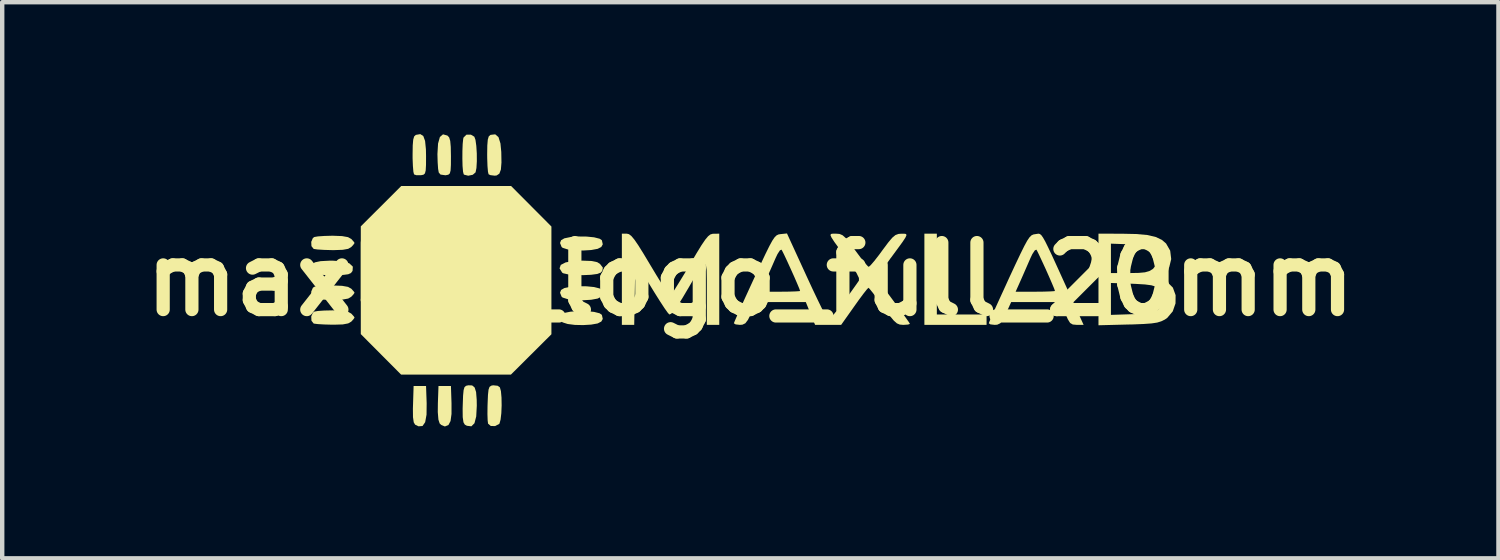
<source format=kicad_pcb>
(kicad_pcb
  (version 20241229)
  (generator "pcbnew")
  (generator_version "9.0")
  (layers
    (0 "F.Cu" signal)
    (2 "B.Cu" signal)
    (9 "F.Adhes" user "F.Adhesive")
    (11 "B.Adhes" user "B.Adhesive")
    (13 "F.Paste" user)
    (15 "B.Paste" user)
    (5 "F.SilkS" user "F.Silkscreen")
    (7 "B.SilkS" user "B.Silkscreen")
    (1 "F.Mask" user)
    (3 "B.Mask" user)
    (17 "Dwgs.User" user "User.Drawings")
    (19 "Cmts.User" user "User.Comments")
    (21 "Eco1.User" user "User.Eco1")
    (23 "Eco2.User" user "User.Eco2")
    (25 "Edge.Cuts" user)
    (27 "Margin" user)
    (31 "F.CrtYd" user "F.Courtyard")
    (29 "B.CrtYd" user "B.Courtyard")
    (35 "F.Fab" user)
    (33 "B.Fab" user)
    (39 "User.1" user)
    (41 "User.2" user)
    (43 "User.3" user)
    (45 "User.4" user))
  (footprint "maxlab_logo_full_20mm"
    (layer "F.Cu")
    (at 14.014 3.301)
    (property "Reference" "maxlab_logo_full_20mm" (at 0 0 0) (layer "F.SilkS") (effects (font (size 1.524 1.524) (thickness 0.3))))
    (attr board_only exclude_from_pos_files exclude_from_bom)
    (fp_poly (pts (xy 4.241 0.801) (xy 5.372 0.801) (xy 5.372 1.037) (xy 3.958 1.037) (xy 3.958 -1.037) (xy 4.241 -1.037)) (stroke (width 0) (type solid)) (fill yes) (layer "F.SilkS"))
    (fp_poly (pts (xy -4.524 -1.2) (xy -4.524 1.251) (xy -5.445 2.168) (xy -7.942 2.168) (xy -8.401 1.707) (xy -8.859 1.247) (xy -8.859 -1.203) (xy -7.939 -2.121) (xy -5.441 -2.121)) (stroke (width 0) (type solid)) (fill yes) (layer "F.SilkS"))
    (fp_poly (pts (xy -7.361 2.82) (xy -7.364 3.079) (xy -7.395 3.25) (xy -7.455 3.337) (xy -7.547 3.344) (xy -7.624 3.306) (xy -7.655 3.253) (xy -7.672 3.136) (xy -7.674 2.943) (xy -7.671 2.847) (xy -7.658 2.427) (xy -7.375 2.427)) (stroke (width 0) (type solid)) (fill yes) (layer "F.SilkS"))
    (fp_poly (pts (xy -6.796 2.82) (xy -6.796 3.063) (xy -6.818 3.224) (xy -6.866 3.315) (xy -6.943 3.346) (xy -6.951 3.346) (xy -7.029 3.313) (xy -7.065 3.28) (xy -7.094 3.191) (xy -7.108 3.021) (xy -7.106 2.82) (xy -7.092 2.427) (xy -6.809 2.427)) (stroke (width 0) (type solid)) (fill yes) (layer "F.SilkS"))
    (fp_poly (pts (xy -3.724 -0.971) (xy -3.553 -0.954) (xy -3.427 -0.922) (xy -3.377 -0.888) (xy -3.356 -0.795) (xy -3.39 -0.734) (xy -3.473 -0.692) (xy -3.62 -0.665) (xy -3.802 -0.654) (xy -3.99 -0.659) (xy -4.155 -0.679) (xy -4.268 -0.715) (xy -4.292 -0.734) (xy -4.328 -0.825) (xy -4.304 -0.888) (xy -4.23 -0.931) (xy -4.09 -0.96) (xy -3.912 -0.973)) (stroke (width 0) (type solid)) (fill yes) (layer "F.SilkS"))
    (fp_poly (pts (xy -3.724 0.16) (xy -3.553 0.177) (xy -3.427 0.209) (xy -3.377 0.243) (xy -3.356 0.336) (xy -3.39 0.397) (xy -3.473 0.439) (xy -3.62 0.466) (xy -3.802 0.477) (xy -3.99 0.472) (xy -4.155 0.452) (xy -4.268 0.416) (xy -4.292 0.397) (xy -4.328 0.306) (xy -4.304 0.243) (xy -4.23 0.2) (xy -4.09 0.171) (xy -3.912 0.158)) (stroke (width 0) (type solid)) (fill yes) (layer "F.SilkS"))
    (fp_poly (pts (xy -3.724 0.725) (xy -3.553 0.742) (xy -3.427 0.774) (xy -3.377 0.809) (xy -3.356 0.902) (xy -3.39 0.962) (xy -3.473 1.005) (xy -3.62 1.031) (xy -3.802 1.042) (xy -3.99 1.038) (xy -4.155 1.017) (xy -4.268 0.981) (xy -4.292 0.962) (xy -4.328 0.872) (xy -4.304 0.809) (xy -4.23 0.765) (xy -4.09 0.737) (xy -3.912 0.724)) (stroke (width 0) (type solid)) (fill yes) (layer "F.SilkS"))
    (fp_poly (pts (xy -3.615 -0.416) (xy -3.483 -0.389) (xy -3.42 -0.35) (xy -3.354 -0.264) (xy -3.366 -0.194) (xy -3.402 -0.151) (xy -3.48 -0.121) (xy -3.622 -0.102) (xy -3.799 -0.094) (xy -3.983 -0.097) (xy -4.144 -0.111) (xy -4.254 -0.136) (xy -4.279 -0.151) (xy -4.339 -0.248) (xy -4.311 -0.327) (xy -4.199 -0.384) (xy -4.008 -0.417) (xy -3.824 -0.424)) (stroke (width 0) (type solid)) (fill yes) (layer "F.SilkS"))
    (fp_poly (pts (xy -6.327 2.414) (xy -6.27 2.461) (xy -6.237 2.565) (xy -6.223 2.742) (xy -6.221 2.877) (xy -6.234 3.119) (xy -6.274 3.274) (xy -6.344 3.344) (xy -6.445 3.332) (xy -6.493 3.306) (xy -6.524 3.253) (xy -6.541 3.136) (xy -6.543 2.943) (xy -6.54 2.847) (xy -6.533 2.647) (xy -6.521 2.522) (xy -6.501 2.454) (xy -6.466 2.423) (xy -6.414 2.411)) (stroke (width 0) (type solid)) (fill yes) (layer "F.SilkS"))
    (fp_poly (pts (xy -6.277 -3.242) (xy -6.251 -3.17) (xy -6.232 -3.034) (xy -6.221 -2.862) (xy -6.22 -2.685) (xy -6.229 -2.53) (xy -6.249 -2.431) (xy -6.313 -2.376) (xy -6.416 -2.355) (xy -6.507 -2.378) (xy -6.519 -2.388) (xy -6.534 -2.448) (xy -6.545 -2.575) (xy -6.549 -2.741) (xy -6.548 -2.918) (xy -6.542 -3.078) (xy -6.53 -3.193) (xy -6.522 -3.224) (xy -6.456 -3.288) (xy -6.356 -3.289)) (stroke (width 0) (type solid)) (fill yes) (layer "F.SilkS"))
    (fp_poly (pts (xy -5.728 -3.233) (xy -5.683 -3.089) (xy -5.664 -2.894) (xy -5.66 -2.655) (xy -5.673 -2.495) (xy -5.708 -2.402) (xy -5.769 -2.361) (xy -5.813 -2.356) (xy -5.912 -2.368) (xy -5.953 -2.388) (xy -5.967 -2.446) (xy -5.978 -2.575) (xy -5.984 -2.752) (xy -5.985 -2.837) (xy -5.982 -3.044) (xy -5.971 -3.175) (xy -5.949 -3.249) (xy -5.912 -3.282) (xy -5.908 -3.284) (xy -5.802 -3.296)) (stroke (width 0) (type solid)) (fill yes) (layer "F.SilkS"))
    (fp_poly (pts (xy -9.272 -0.407) (xy -9.118 -0.361) (xy -9.04 -0.287) (xy -9.046 -0.192) (xy -9.049 -0.186) (xy -9.084 -0.141) (xy -9.145 -0.114) (xy -9.25 -0.1) (xy -9.422 -0.095) (xy -9.513 -0.094) (xy -9.702 -0.098) (xy -9.854 -0.107) (xy -9.945 -0.119) (xy -9.959 -0.126) (xy -9.984 -0.193) (xy -9.99 -0.262) (xy -9.971 -0.336) (xy -9.903 -0.385) (xy -9.773 -0.412) (xy -9.568 -0.423) (xy -9.494 -0.423)) (stroke (width 0) (type solid)) (fill yes) (layer "F.SilkS"))
    (fp_poly (pts (xy -5.746 2.422) (xy -5.696 2.458) (xy -5.672 2.545) (xy -5.659 2.691) (xy -5.656 2.867) (xy -5.663 3.044) (xy -5.68 3.191) (xy -5.705 3.281) (xy -5.711 3.289) (xy -5.805 3.339) (xy -5.904 3.336) (xy -5.965 3.283) (xy -5.974 3.209) (xy -5.979 3.068) (xy -5.977 2.885) (xy -5.975 2.824) (xy -5.967 2.63) (xy -5.954 2.511) (xy -5.932 2.448) (xy -5.893 2.42) (xy -5.849 2.411)) (stroke (width 0) (type solid)) (fill yes) (layer "F.SilkS"))
    (fp_poly (pts (xy -7.438 -3.258) (xy -7.397 -3.146) (xy -7.378 -2.955) (xy -7.375 -2.799) (xy -7.376 -2.599) (xy -7.383 -2.475) (xy -7.4 -2.408) (xy -7.433 -2.378) (xy -7.488 -2.367) (xy -7.495 -2.366) (xy -7.597 -2.367) (xy -7.648 -2.385) (xy -7.663 -2.445) (xy -7.674 -2.575) (xy -7.681 -2.752) (xy -7.681 -2.837) (xy -7.678 -3.044) (xy -7.667 -3.175) (xy -7.645 -3.249) (xy -7.609 -3.282) (xy -7.604 -3.284) (xy -7.506 -3.301)) (stroke (width 0) (type solid)) (fill yes) (layer "F.SilkS"))
    (fp_poly (pts (xy -6.889 -3.268) (xy -6.888 -3.267) (xy -6.849 -3.225) (xy -6.825 -3.145) (xy -6.813 -3.01) (xy -6.809 -2.799) (xy -6.809 -2.799) (xy -6.81 -2.599) (xy -6.817 -2.475) (xy -6.834 -2.408) (xy -6.868 -2.378) (xy -6.923 -2.367) (xy -6.933 -2.365) (xy -7.046 -2.381) (xy -7.086 -2.428) (xy -7.101 -2.512) (xy -7.111 -2.659) (xy -7.116 -2.838) (xy -7.116 -2.849) (xy -7.102 -3.087) (xy -7.06 -3.236) (xy -6.989 -3.296)) (stroke (width 0) (type solid)) (fill yes) (layer "F.SilkS"))
    (fp_poly (pts (xy -9.285 -0.982) (xy -9.15 -0.958) (xy -9.075 -0.916) (xy -9.016 -0.85) (xy -9.001 -0.825) (xy -9.03 -0.782) (xy -9.075 -0.734) (xy -9.146 -0.692) (xy -9.269 -0.67) (xy -9.463 -0.663) (xy -9.511 -0.663) (xy -9.692 -0.668) (xy -9.84 -0.677) (xy -9.925 -0.689) (xy -9.931 -0.691) (xy -9.981 -0.753) (xy -9.986 -0.851) (xy -9.949 -0.937) (xy -9.916 -0.961) (xy -9.834 -0.975) (xy -9.688 -0.985) (xy -9.509 -0.99) (xy -9.495 -0.99)) (stroke (width 0) (type solid)) (fill yes) (layer "F.SilkS"))
    (fp_poly (pts (xy -9.285 0.149) (xy -9.15 0.173) (xy -9.075 0.215) (xy -9.016 0.281) (xy -9.001 0.306) (xy -9.03 0.349) (xy -9.075 0.397) (xy -9.146 0.439) (xy -9.269 0.461) (xy -9.463 0.468) (xy -9.511 0.468) (xy -9.692 0.463) (xy -9.84 0.454) (xy -9.925 0.442) (xy -9.931 0.44) (xy -9.981 0.378) (xy -9.986 0.28) (xy -9.949 0.194) (xy -9.916 0.17) (xy -9.834 0.156) (xy -9.688 0.146) (xy -9.509 0.141) (xy -9.495 0.141)) (stroke (width 0) (type solid)) (fill yes) (layer "F.SilkS"))
    (fp_poly (pts (xy -9.285 0.714) (xy -9.15 0.738) (xy -9.075 0.781) (xy -9.016 0.846) (xy -9.001 0.872) (xy -9.03 0.914) (xy -9.075 0.963) (xy -9.146 1.004) (xy -9.269 1.027) (xy -9.463 1.033) (xy -9.511 1.033) (xy -9.692 1.028) (xy -9.84 1.019) (xy -9.925 1.008) (xy -9.931 1.006) (xy -9.981 0.943) (xy -9.986 0.846) (xy -9.949 0.76) (xy -9.916 0.735) (xy -9.834 0.721) (xy -9.688 0.711) (xy -9.509 0.707) (xy -9.495 0.707)) (stroke (width 0) (type solid)) (fill yes) (layer "F.SilkS"))
    (fp_poly (pts (xy -2.761 -1.026) (xy -2.707 -0.985) (xy -2.639 -0.904) (xy -2.548 -0.772) (xy -2.427 -0.578) (xy -2.279 -0.331) (xy -2.141 -0.101) (xy -2.019 0.097) (xy -1.92 0.252) (xy -1.852 0.348) (xy -1.827 0.376) (xy -1.793 0.338) (xy -1.72 0.231) (xy -1.618 0.068) (xy -1.493 -0.136) (xy -1.379 -0.328) (xy -1.227 -0.586) (xy -1.113 -0.772) (xy -1.027 -0.899) (xy -0.962 -0.977) (xy -0.909 -1.019) (xy -0.859 -1.034) (xy -0.836 -1.035) (xy -0.707 -1.037) (xy -0.707 1.037) (xy -0.99 1.037) (xy -0.99 0.296) (xy -0.99 -0.003) (xy -0.994 -0.211) (xy -1.011 -0.329) (xy -1.045 -0.359) (xy -1.104 -0.304) (xy -1.195 -0.166) (xy -1.324 0.053) (xy -1.389 0.165) (xy -1.541 0.422) (xy -1.656 0.605) (xy -1.741 0.723) (xy -1.802 0.785) (xy -1.842 0.801) (xy -1.877 0.763) (xy -1.952 0.658) (xy -2.056 0.499) (xy -2.18 0.302) (xy -2.247 0.193) (xy -2.615 -0.416) (xy -2.628 0.31) (xy -2.641 1.037) (xy -2.922 1.037) (xy -2.922 -1.037) (xy -2.809 -1.037)) (stroke (width 0) (type solid)) (fill yes) (layer "F.SilkS"))
    (fp_poly (pts (xy 6.585 -1.029) (xy 6.617 -1.003) (xy 6.656 -0.948) (xy 6.707 -0.858) (xy 6.773 -0.724) (xy 6.862 -0.537) (xy 6.976 -0.288) (xy 7.12 0.029) (xy 7.284 0.389) (xy 7.579 1.037) (xy 7.423 1.037) (xy 7.333 1.029) (xy 7.272 0.994) (xy 7.219 0.908) (xy 7.163 0.778) (xy 7.058 0.518) (xy 5.932 0.518) (xy 5.814 0.778) (xy 5.741 0.924) (xy 5.682 1.002) (xy 5.615 1.033) (xy 5.557 1.037) (xy 5.46 1.026) (xy 5.422 1.001) (xy 5.442 0.95) (xy 5.496 0.826) (xy 5.578 0.642) (xy 5.684 0.409) (xy 5.742 0.283) (xy 6.033 0.283) (xy 6.48 0.283) (xy 6.672 0.281) (xy 6.823 0.276) (xy 6.912 0.27) (xy 6.927 0.265) (xy 6.909 0.212) (xy 6.86 0.095) (xy 6.792 -0.062) (xy 6.714 -0.237) (xy 6.635 -0.408) (xy 6.567 -0.553) (xy 6.52 -0.649) (xy 6.504 -0.674) (xy 6.469 -0.657) (xy 6.413 -0.572) (xy 6.372 -0.486) (xy 6.295 -0.31) (xy 6.206 -0.106) (xy 6.154 0.012) (xy 6.033 0.283) (xy 5.742 0.283) (xy 5.807 0.141) (xy 5.882 -0.024) (xy 6.029 -0.34) (xy 6.143 -0.58) (xy 6.23 -0.756) (xy 6.296 -0.877) (xy 6.349 -0.955) (xy 6.394 -0.999) (xy 6.437 -1.019) (xy 6.484 -1.027) (xy 6.485 -1.027) (xy 6.524 -1.033) (xy 6.556 -1.037)) (stroke (width 0) (type solid)) (fill yes) (layer "F.SilkS"))
    (fp_poly (pts (xy 8.447 -1.036) (xy 8.777 -1.029) (xy 9.029 -1.006) (xy 9.218 -0.962) (xy 9.358 -0.896) (xy 9.454 -0.814) (xy 9.548 -0.65) (xy 9.571 -0.459) (xy 9.526 -0.274) (xy 9.446 -0.158) (xy 9.371 -0.077) (xy 9.339 -0.031) (xy 9.34 -0.028) (xy 9.386 0.001) (xy 9.477 0.058) (xy 9.481 0.061) (xy 9.609 0.19) (xy 9.671 0.361) (xy 9.669 0.549) (xy 9.606 0.73) (xy 9.482 0.877) (xy 9.425 0.917) (xy 9.345 0.956) (xy 9.251 0.985) (xy 9.124 1.004) (xy 8.946 1.017) (xy 8.698 1.027) (xy 8.588 1.029) (xy 7.917 1.046) (xy 7.917 0.084) (xy 8.2 0.084) (xy 8.2 0.81) (xy 8.69 0.794) (xy 8.924 0.783) (xy 9.084 0.767) (xy 9.189 0.741) (xy 9.26 0.704) (xy 9.279 0.688) (xy 9.36 0.557) (xy 9.374 0.4) (xy 9.32 0.254) (xy 9.28 0.209) (xy 9.215 0.166) (xy 9.12 0.137) (xy 8.976 0.118) (xy 8.762 0.105) (xy 8.691 0.102) (xy 8.2 0.084) (xy 7.917 0.084) (xy 7.917 -0.81) (xy 8.2 -0.81) (xy 8.2 -0.141) (xy 8.617 -0.141) (xy 8.831 -0.145) (xy 8.974 -0.158) (xy 9.073 -0.186) (xy 9.151 -0.233) (xy 9.159 -0.239) (xy 9.26 -0.368) (xy 9.279 -0.515) (xy 9.216 -0.654) (xy 9.184 -0.688) (xy 9.115 -0.733) (xy 9.014 -0.763) (xy 8.859 -0.782) (xy 8.642 -0.794) (xy 8.2 -0.81) (xy 7.917 -0.81) (xy 7.917 -1.037)) (stroke (width 0) (type solid)) (fill yes) (layer "F.SilkS"))
    (fp_poly (pts (xy 1.282 -0.064) (xy 1.412 0.217) (xy 1.531 0.467) (xy 1.632 0.674) (xy 1.711 0.827) (xy 1.76 0.912) (xy 1.772 0.926) (xy 1.813 0.894) (xy 1.896 0.8) (xy 2.011 0.658) (xy 2.145 0.483) (xy 2.286 0.291) (xy 2.425 0.095) (xy 2.47 0.029) (xy 2.469 -0.03) (xy 2.415 -0.141) (xy 2.304 -0.31) (xy 2.185 -0.476) (xy 2.023 -0.694) (xy 1.912 -0.847) (xy 1.847 -0.946) (xy 1.822 -1.003) (xy 1.833 -1.03) (xy 1.875 -1.037) (xy 1.943 -1.037) (xy 1.948 -1.037) (xy 2.028 -1.031) (xy 2.096 -1.002) (xy 2.169 -0.938) (xy 2.262 -0.824) (xy 2.383 -0.66) (xy 2.502 -0.5) (xy 2.603 -0.373) (xy 2.672 -0.297) (xy 2.693 -0.283) (xy 2.735 -0.319) (xy 2.818 -0.415) (xy 2.928 -0.556) (xy 3.003 -0.659) (xy 3.133 -0.833) (xy 3.226 -0.944) (xy 3.299 -1.005) (xy 3.368 -1.031) (xy 3.431 -1.036) (xy 3.498 -1.036) (xy 3.54 -1.03) (xy 3.551 -1.004) (xy 3.527 -0.949) (xy 3.463 -0.851) (xy 3.353 -0.7) (xy 3.194 -0.484) (xy 3.192 -0.483) (xy 3.048 -0.279) (xy 2.95 -0.121) (xy 2.905 -0.018) (xy 2.905 0.012) (xy 2.945 0.071) (xy 3.03 0.188) (xy 3.147 0.347) (xy 3.283 0.53) (xy 3.284 0.532) (xy 3.416 0.711) (xy 3.525 0.861) (xy 3.6 0.967) (xy 3.629 1.014) (xy 3.629 1.015) (xy 3.587 1.03) (xy 3.486 1.037) (xy 3.472 1.037) (xy 3.398 1.03) (xy 3.333 1.003) (xy 3.262 0.94) (xy 3.169 0.828) (xy 3.041 0.655) (xy 3.013 0.615) (xy 2.889 0.445) (xy 2.785 0.308) (xy 2.713 0.219) (xy 2.686 0.193) (xy 2.651 0.229) (xy 2.574 0.326) (xy 2.467 0.47) (xy 2.364 0.615) (xy 2.065 1.037) (xy 1.472 1.037) (xy 1.261 0.518) (xy 0.136 0.518) (xy 0.018 0.778) (xy -0.055 0.924) (xy -0.115 1.002) (xy -0.181 1.033) (xy -0.239 1.037) (xy -0.336 1.026) (xy -0.375 1.001) (xy -0.355 0.95) (xy -0.301 0.826) (xy -0.219 0.642) (xy -0.113 0.409) (xy -0.055 0.283) (xy 0.237 0.283) (xy 0.684 0.283) (xy 0.876 0.281) (xy 1.027 0.276) (xy 1.116 0.27) (xy 1.131 0.265) (xy 1.113 0.212) (xy 1.064 0.095) (xy 0.996 -0.062) (xy 0.917 -0.237) (xy 0.839 -0.408) (xy 0.771 -0.553) (xy 0.723 -0.649) (xy 0.708 -0.674) (xy 0.672 -0.657) (xy 0.617 -0.572) (xy 0.576 -0.486) (xy 0.499 -0.31) (xy 0.409 -0.106) (xy 0.357 0.012) (xy 0.237 0.283) (xy -0.055 0.283) (xy 0.01 0.141) (xy 0.086 -0.024) (xy 0.232 -0.339) (xy 0.346 -0.58) (xy 0.433 -0.756) (xy 0.499 -0.877) (xy 0.552 -0.955) (xy 0.596 -0.998) (xy 0.639 -1.019) (xy 0.687 -1.027) (xy 0.688 -1.027) (xy 0.833 -1.042)) (stroke (width 0) (type solid)) (fill yes) (layer "F.SilkS")))
  (gr_rect
    (start -3 -3)
    (end 31.027 9.647)
    (stroke (width 0.1) (type default))
    (fill no)
    (layer "Edge.Cuts")))
</source>
